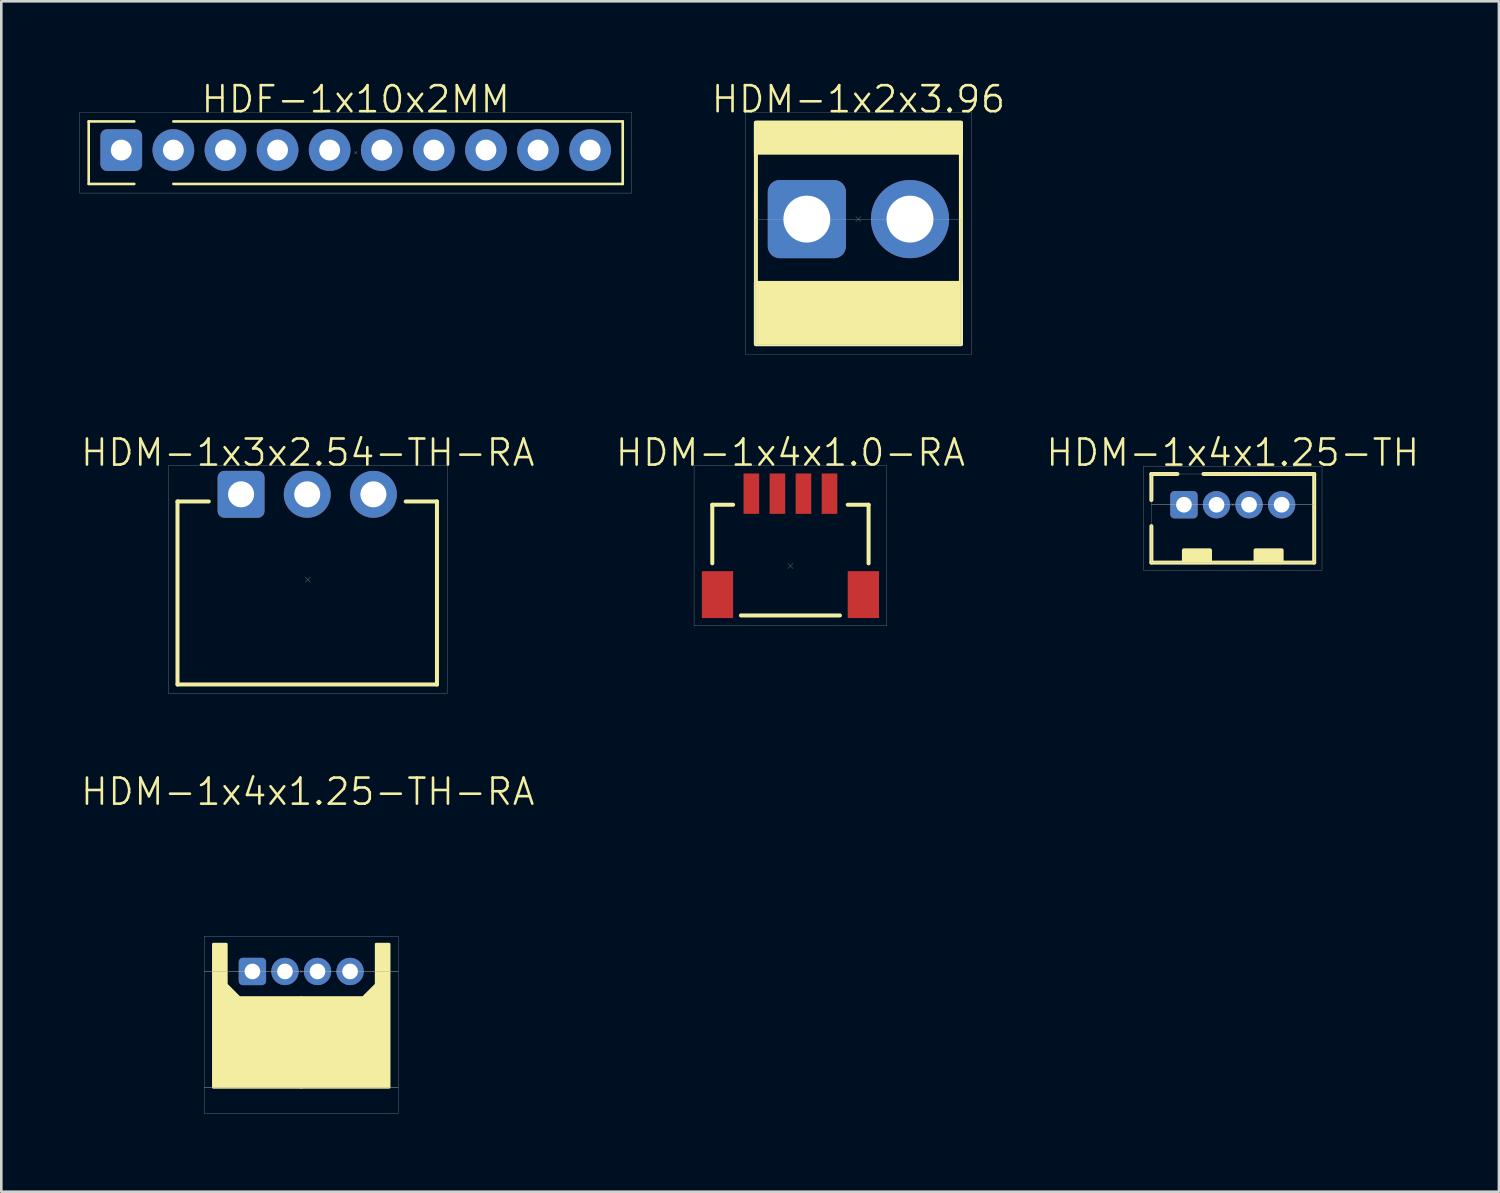
<source format=kicad_pcb>
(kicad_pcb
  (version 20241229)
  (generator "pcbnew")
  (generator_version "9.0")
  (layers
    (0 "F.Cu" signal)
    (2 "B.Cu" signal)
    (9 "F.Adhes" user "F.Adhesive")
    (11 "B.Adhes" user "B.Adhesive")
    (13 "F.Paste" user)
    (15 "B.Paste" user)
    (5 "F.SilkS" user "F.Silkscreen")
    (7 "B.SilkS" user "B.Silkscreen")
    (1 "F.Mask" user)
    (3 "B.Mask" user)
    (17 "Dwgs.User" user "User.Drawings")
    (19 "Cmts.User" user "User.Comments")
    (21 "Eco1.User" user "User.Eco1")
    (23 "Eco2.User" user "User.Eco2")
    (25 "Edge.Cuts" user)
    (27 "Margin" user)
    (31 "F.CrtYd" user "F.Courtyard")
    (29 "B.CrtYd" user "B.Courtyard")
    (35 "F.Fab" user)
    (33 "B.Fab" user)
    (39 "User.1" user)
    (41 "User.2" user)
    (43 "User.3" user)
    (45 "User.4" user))
  (footprint "HDM-1x4x1.0-RA"
    (layer "F.Cu")
    (at 27.293 18.676)
    (property "Reference" "HDM-1x4x1.0-RA" (at 0 -4.35 0) (unlocked yes) (layer "F.SilkS") (effects (font (size 1 1) (thickness 0.1))))
    (attr smd)
    (fp_line (start -3 -2.35) (end -2.2 -2.35) (stroke (width 0.154) (type default)) (layer "F.SilkS"))
    (fp_line (start -3 -0.1) (end -3 -2.35) (stroke (width 0.154) (type default)) (layer "F.SilkS"))
    (fp_line (start -1.9 1.9) (end 1.9 1.9) (stroke (width 0.154) (type default)) (layer "F.SilkS"))
    (fp_line (start 2.2 -2.35) (end 3 -2.35) (stroke (width 0.154) (type default)) (layer "F.SilkS"))
    (fp_line (start 3 -0.1) (end 3 -2.35) (stroke (width 0.154) (type default)) (layer "F.SilkS"))
    (fp_line (start -0.1 -0.1) (end 0.1 0.1) (stroke (width 0.01) (type default)) (layer "F.Fab"))
    (fp_line (start 0.1 -0.1) (end -0.1 0.1) (stroke (width 0.01) (type default)) (layer "F.Fab"))
    (fp_rect (start -3.7 -3.85) (end 3.7 2.3) (stroke (width 0.01) (type default)) (fill no) (layer "F.Fab"))
    (pad "0" smd rect (at -2.8 1.1) (size 1.2 1.8) (layers "F.Cu" "F.Mask" "F.Paste"))
    (pad "0" smd rect (at 2.8 1.1) (size 1.2 1.8) (layers "F.Cu" "F.Mask" "F.Paste"))
    (pad "1" smd rect (at -1.5 -2.775) (size 0.6 1.55) (layers "F.Cu" "F.Mask" "F.Paste"))
    (pad "2" smd rect (at -0.5 -2.775) (size 0.6 1.55) (layers "F.Cu" "F.Mask" "F.Paste"))
    (pad "3" smd rect (at 0.5 -2.775) (size 0.6 1.55) (layers "F.Cu" "F.Mask" "F.Paste"))
    (pad "4" smd rect (at 1.5 -2.775) (size 0.6 1.55) (layers "F.Cu" "F.Mask" "F.Paste")))
  (footprint "HDM-1x4x1.25-TH"
    (layer "F.Cu")
    (at 44.274 16.326)
    (property "Reference" "HDM-1x4x1.25-TH" (at 0 -2 0) (unlocked yes) (layer "F.SilkS") (effects (font (size 1 1) (thickness 0.1))))
    (attr through_hole)
    (fp_line (start -3.125 -1.18) (end -3.125 -0.18) (stroke (width 0.154) (type default)) (layer "F.SilkS"))
    (fp_line (start -3.125 -1.18) (end -2.125 -1.18) (stroke (width 0.154) (type default)) (layer "F.SilkS"))
    (fp_line (start -3.125 2.22) (end -3.125 0.82) (stroke (width 0.154) (type default)) (layer "F.SilkS"))
    (fp_line (start 3.125 -1.18) (end -1.125 -1.18) (stroke (width 0.154) (type default)) (layer "F.SilkS"))
    (fp_line (start 3.125 -1.18) (end 3.125 2.22) (stroke (width 0.154) (type default)) (layer "F.SilkS"))
    (fp_line (start 3.125 2.22) (end -3.125 2.22) (stroke (width 0.154) (type default)) (layer "F.SilkS"))
    (fp_rect (start -1.875 1.75) (end -0.875 2.2) (stroke (width 0.154) (type solid)) (fill yes) (layer "F.SilkS"))
    (fp_rect (start 0.875 1.75) (end 1.875 2.2) (stroke (width 0.154) (type solid)) (fill yes) (layer "F.SilkS"))
    (fp_line (start -0.05 -0.05) (end 0.05 0.05) (stroke (width 0.01) (type default)) (layer "F.Fab"))
    (fp_line (start -0.05 0.05) (end 0.05 -0.05) (stroke (width 0.01) (type default)) (layer "F.Fab"))
    (fp_rect (start -3.425 -1.48) (end 3.425 2.52) (stroke (width 0.01) (type default)) (fill no) (layer "F.Fab"))
    (fp_rect (start -3.125 -1.18) (end 3.125 0) (stroke (width 0.01) (type default)) (fill no) (layer "F.Fab"))
    (fp_rect (start -3.125 0) (end 3.125 2.22) (stroke (width 0.01) (type default)) (fill no) (layer "F.Fab"))
    (pad "1" thru_hole roundrect (at -1.875 0) (size 1.05 1.05) (drill 0.6) (layers "*.Cu" "*.Mask") (roundrect_rratio 0.15))
    (pad "2" thru_hole circle (at -0.625 0) (size 1.05 1.05) (drill 0.6) (layers "*.Cu" "*.Mask"))
    (pad "3" thru_hole circle (at 0.625 0) (size 1.05 1.05) (drill 0.6) (layers "*.Cu" "*.Mask"))
    (pad "4" thru_hole circle (at 1.875 0) (size 1.05 1.05) (drill 0.6) (layers "*.Cu" "*.Mask")))
  (footprint "HDF-1x10x2MM"
    (layer "F.Cu")
    (at 10.605 2.811)
    (property "Reference" "HDF-1x10x2MM" (at 0 -2.05 0) (unlocked yes) (layer "F.SilkS") (effects (font (size 1 1) (thickness 0.1))))
    (attr through_hole)
    (fp_line (start -10.25 -1.2) (end -10.25 1.2) (stroke (width 0.1) (type default)) (layer "F.SilkS"))
    (fp_line (start -10.25 -1.2) (end -8.5 -1.2) (stroke (width 0.1) (type default)) (layer "F.SilkS"))
    (fp_line (start -10.25 1.2) (end -8.5 1.2) (stroke (width 0.1) (type default)) (layer "F.SilkS"))
    (fp_line (start -7 -1.2) (end 10.25 -1.2) (stroke (width 0.1) (type default)) (layer "F.SilkS"))
    (fp_line (start -7 1.2) (end 10.25 1.2) (stroke (width 0.1) (type default)) (layer "F.SilkS"))
    (fp_line (start 10.25 -1.2) (end 10.25 1.2) (stroke (width 0.1) (type default)) (layer "F.SilkS"))
    (fp_line (start -0.05 -0.05) (end 0.05 0.05) (stroke (width 0.01) (type default)) (layer "F.Fab"))
    (fp_line (start -0.05 0.05) (end 0.05 -0.05) (stroke (width 0.01) (type default)) (layer "F.Fab"))
    (fp_rect (start -10.6 -1.55) (end 10.6 1.55) (stroke (width 0.01) (type default)) (fill no) (layer "F.Fab"))
    (pad "1" thru_hole roundrect (at -9 -0.1) (size 1.6 1.6) (drill 0.8) (layers "*.Cu" "*.Mask") (roundrect_rratio 0.156))
    (pad "2" thru_hole circle (at -7 -0.1) (size 1.6 1.6) (drill 0.8) (layers "*.Cu" "*.Mask"))
    (pad "3" thru_hole circle (at -5 -0.1) (size 1.6 1.6) (drill 0.8) (layers "*.Cu" "*.Mask"))
    (pad "4" thru_hole circle (at -3 -0.1) (size 1.6 1.6) (drill 0.8) (layers "*.Cu" "*.Mask"))
    (pad "5" thru_hole circle (at -1 -0.1) (size 1.6 1.6) (drill 0.8) (layers "*.Cu" "*.Mask"))
    (pad "6" thru_hole circle (at 1 -0.1) (size 1.6 1.6) (drill 0.8) (layers "*.Cu" "*.Mask"))
    (pad "7" thru_hole circle (at 3 -0.1) (size 1.6 1.6) (drill 0.8) (layers "*.Cu" "*.Mask"))
    (pad "8" thru_hole circle (at 5 -0.1) (size 1.6 1.6) (drill 0.8) (layers "*.Cu" "*.Mask"))
    (pad "9" thru_hole circle (at 7 -0.1) (size 1.6 1.6) (drill 0.8) (layers "*.Cu" "*.Mask"))
    (pad "10" thru_hole circle (at 9 -0.1) (size 1.6 1.6) (drill 0.8) (layers "*.Cu" "*.Mask")))
  (footprint "HDM-1x4x1.25-TH-RA"
    (layer "F.Cu")
    (at 8.514 34.242)
    (property "Reference" "HDM-1x4x1.25-TH-RA" (at 0.25 -6.9 0) (unlocked yes) (layer "F.SilkS") (effects (font (size 1 1) (thickness 0.1))))
    (attr through_hole)
    (fp_poly (pts (xy -3.375 -1.05) (xy -2.875 -1.05) (xy -2.875 0.5) (xy -2.375 1) (xy 0 1) (xy 0 4.45) (xy -3.375 4.45)) (stroke (width 0.1) (type solid)) (fill yes) (layer "F.SilkS"))
    (fp_poly (pts (xy 3.375 -1.05) (xy 2.875 -1.05) (xy 2.875 0.5) (xy 2.375 1) (xy 0 1) (xy 0 4.45) (xy 3.375 4.45)) (stroke (width 0.1) (type solid)) (fill yes) (layer "F.SilkS"))
    (fp_line (start -0.05 -0.05) (end 0.05 0.05) (stroke (width 0.01) (type default)) (layer "F.Fab"))
    (fp_line (start -0.05 0.05) (end 0.05 -0.05) (stroke (width 0.01) (type default)) (layer "F.Fab"))
    (fp_rect (start -3.725 -1.35) (end 3.725 0) (stroke (width 0.01) (type default)) (fill no) (layer "F.Fab"))
    (fp_rect (start -3.725 0) (end 3.725 4.45) (stroke (width 0.01) (type default)) (fill no) (layer "F.Fab"))
    (fp_rect (start -3.725 4.45) (end 3.725 5.45) (stroke (width 0.01) (type default)) (fill no) (layer "F.Fab"))
    (pad "1" thru_hole roundrect (at -1.875 0) (size 1.05 1.05) (drill 0.6) (layers "*.Cu" "*.Mask") (roundrect_rratio 0.15))
    (pad "2" thru_hole circle (at -0.625 0) (size 1.05 1.05) (drill 0.6) (layers "*.Cu" "*.Mask"))
    (pad "3" thru_hole circle (at 0.625 0) (size 1.05 1.05) (drill 0.6) (layers "*.Cu" "*.Mask"))
    (pad "4" thru_hole circle (at 1.875 0) (size 1.05 1.05) (drill 0.6) (layers "*.Cu" "*.Mask")))
  (footprint "HDM-1x3x2.54-TH-RA"
    (layer "F.Cu")
    (at 8.764 19.201)
    (property "Reference" "HDM-1x3x2.54-TH-RA" (at 0 -4.875 0) (unlocked yes) (layer "F.SilkS") (effects (font (size 1 1) (thickness 0.1))))
    (attr through_hole)
    (fp_line (start -5 -3) (end -3.8 -3) (stroke (width 0.154) (type default)) (layer "F.SilkS"))
    (fp_line (start -5 4.025) (end -5 -3) (stroke (width 0.154) (type default)) (layer "F.SilkS"))
    (fp_line (start -5 4.025) (end 4.96 4.025) (stroke (width 0.154) (type default)) (layer "F.SilkS"))
    (fp_line (start 4.96 -3) (end 3.76 -3) (stroke (width 0.154) (type default)) (layer "F.SilkS"))
    (fp_line (start 4.96 4.025) (end 4.96 -3) (stroke (width 0.154) (type default)) (layer "F.SilkS"))
    (fp_line (start -0.1 -0.1) (end 0.1 0.1) (stroke (width 0.01) (type default)) (layer "F.Fab"))
    (fp_line (start 0.1 -0.1) (end -0.1 0.1) (stroke (width 0.01) (type default)) (layer "F.Fab"))
    (fp_rect (start -5.35 -4.375) (end 5.35 4.375) (stroke (width 0.01) (type default)) (fill no) (layer "F.Fab"))
    (pad "1" thru_hole roundrect (at -2.56 -3.275 90) (size 1.8 1.8) (drill 1) (layers "*.Cu" "*.Mask") (roundrect_rratio 0.139))
    (pad "2" thru_hole circle (at -0.02 -3.275 90) (size 1.8 1.8) (drill 1) (layers "*.Cu" "*.Mask"))
    (pad "3" thru_hole circle (at 2.52 -3.275 90) (size 1.8 1.8) (drill 1) (layers "*.Cu" "*.Mask")))
  (footprint "HDM-1x2x3.96"
    (layer "F.Cu")
    (at 29.903 5.361)
    (property "Reference" "HDM-1x2x3.96" (at 0 -4.6 0) (unlocked yes) (layer "F.SilkS") (effects (font (size 1 1) (thickness 0.1))))
    (attr through_hole)
    (fp_rect (start -3.935 -3.7) (end 3.935 -2.55) (stroke (width 0.154) (type solid)) (fill yes) (layer "F.SilkS"))
    (fp_rect (start -3.935 -3.7) (end 3.935 4.8) (stroke (width 0.154) (type default)) (fill no) (layer "F.SilkS"))
    (fp_rect (start -3.935 2.45) (end 3.935 4.8) (stroke (width 0.154) (type solid)) (fill yes) (layer "F.SilkS"))
    (fp_line (start -0.1 -0.1) (end 0.1 0.1) (stroke (width 0.01) (type default)) (layer "F.Fab"))
    (fp_line (start 0.1 -0.1) (end -0.1 0.1) (stroke (width 0.01) (type default)) (layer "F.Fab"))
    (fp_rect (start -4.335 -4.1) (end 4.335 5.2) (stroke (width 0.01) (type default)) (fill no) (layer "F.Fab"))
    (fp_rect (start -3.935 0) (end 3.935 4.8) (stroke (width 0.01) (type default)) (fill no) (layer "F.Fab"))
    (pad "1" thru_hole roundrect (at -1.98 0) (size 3 3) (drill 1.8) (layers "*.Cu" "*.Mask") (roundrect_rratio 0.15))
    (pad "2" thru_hole circle (at 1.98 0) (size 3 3) (drill 1.8) (layers "*.Cu" "*.Mask")))
  (gr_rect
    (start -3 -3)
    (end 54.49 42.697)
    (stroke (width 0.1) (type default))
    (fill no)
    (layer "Edge.Cuts")))
</source>
